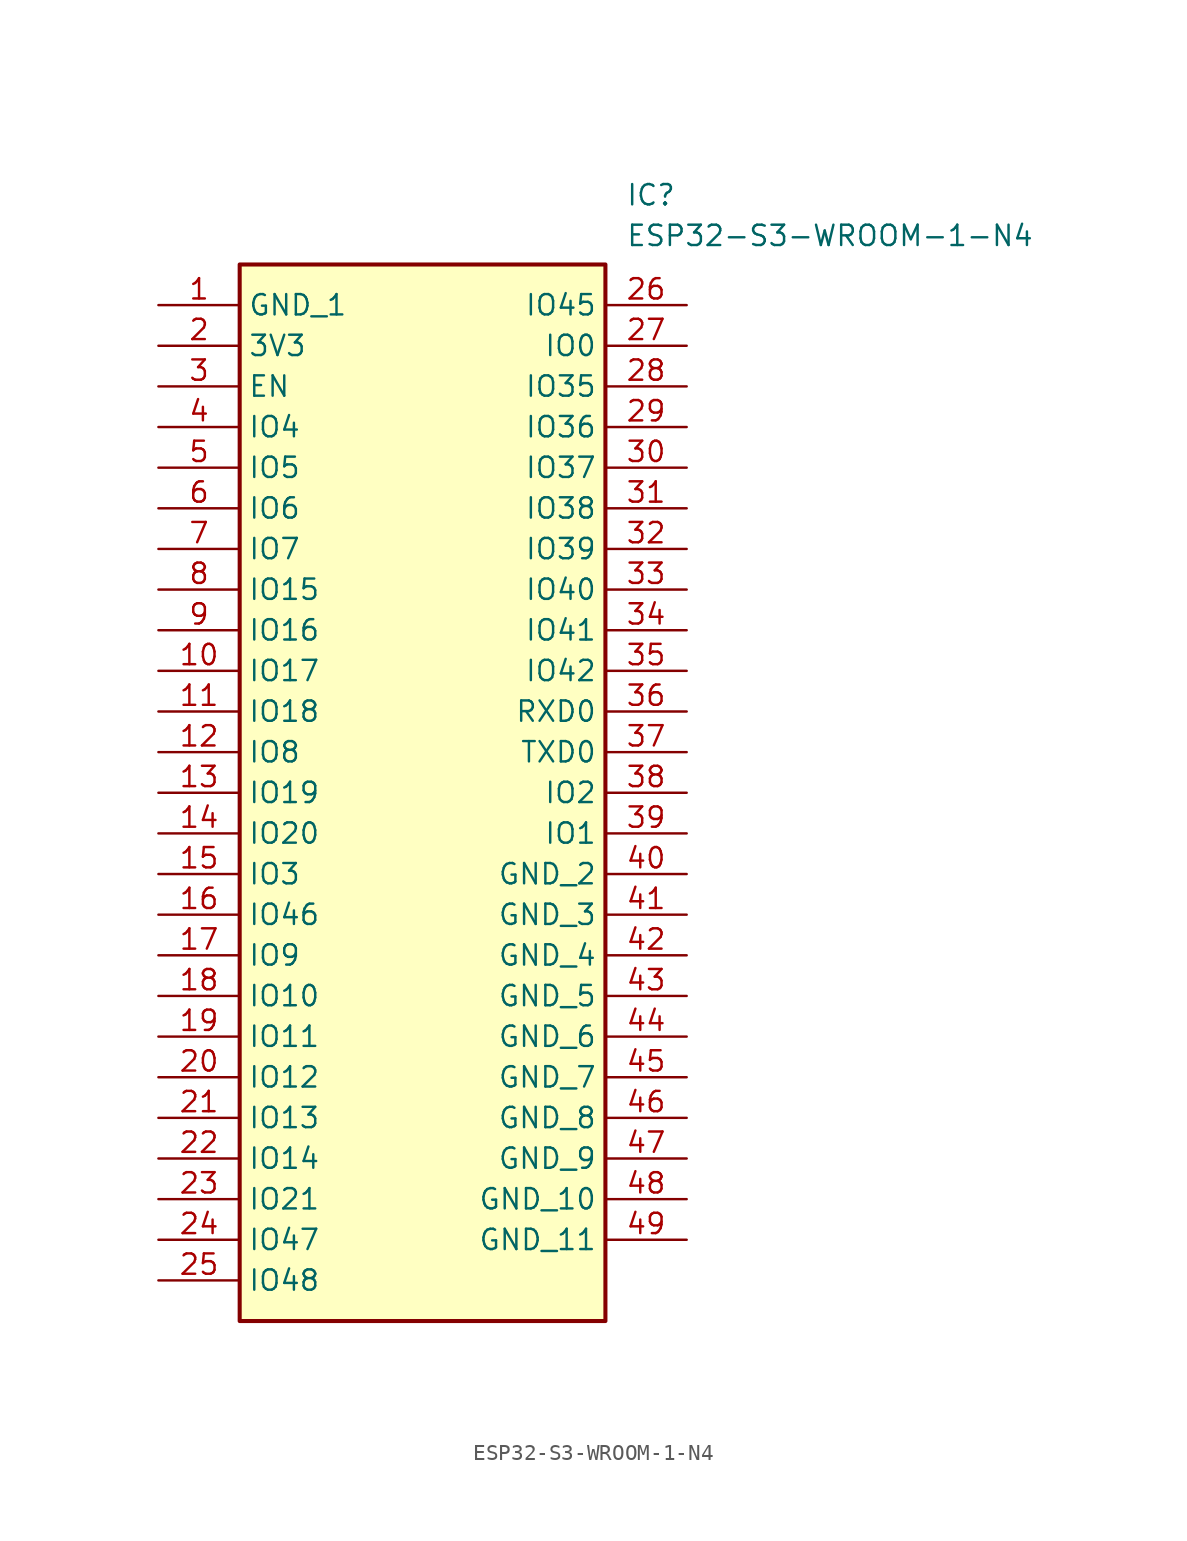
<source format=kicad_sym>
(kicad_symbol_lib
  (version 20220914)
  (generator SamacSys_ECAD_Model)
  (symbol "ESP32-S3-WROOM-1-N4"
    (property "Reference" "IC"
      (at 29.21 7.62 0)
      (effects (font (size 1.27 1.27)) (justify left top)))
    (property "Value" "ESP32-S3-WROOM-1-N4"
      (at 29.21 5.08 0)
      (effects (font (size 1.27 1.27)) (justify left top)))
    (rectangle
      (start 5.08 2.54)
      (end 27.94 -63.5)
      (stroke (width 0.254) (type default))
      (fill (type background)))
    (pin passive line
      (at 0 0 0)
      (length 5.08)
      (name "GND_1" (effects (font (size 1.27 1.27))))
      (number "1" (effects (font (size 1.27 1.27)))))
    (pin passive line
      (at 0 -2.54 0)
      (length 5.08)
      (name "3V3" (effects (font (size 1.27 1.27))))
      (number "2" (effects (font (size 1.27 1.27)))))
    (pin passive line
      (at 0 -5.08 0)
      (length 5.08)
      (name "EN" (effects (font (size 1.27 1.27))))
      (number "3" (effects (font (size 1.27 1.27)))))
    (pin passive line
      (at 0 -7.62 0)
      (length 5.08)
      (name "IO4" (effects (font (size 1.27 1.27))))
      (number "4" (effects (font (size 1.27 1.27)))))
    (pin passive line
      (at 0 -10.16 0)
      (length 5.08)
      (name "IO5" (effects (font (size 1.27 1.27))))
      (number "5" (effects (font (size 1.27 1.27)))))
    (pin passive line
      (at 0 -12.7 0)
      (length 5.08)
      (name "IO6" (effects (font (size 1.27 1.27))))
      (number "6" (effects (font (size 1.27 1.27)))))
    (pin passive line
      (at 0 -15.24 0)
      (length 5.08)
      (name "IO7" (effects (font (size 1.27 1.27))))
      (number "7" (effects (font (size 1.27 1.27)))))
    (pin passive line
      (at 0 -17.78 0)
      (length 5.08)
      (name "IO15" (effects (font (size 1.27 1.27))))
      (number "8" (effects (font (size 1.27 1.27)))))
    (pin passive line
      (at 0 -20.32 0)
      (length 5.08)
      (name "IO16" (effects (font (size 1.27 1.27))))
      (number "9" (effects (font (size 1.27 1.27)))))
    (pin passive line
      (at 0 -22.86 0)
      (length 5.08)
      (name "IO17" (effects (font (size 1.27 1.27))))
      (number "10" (effects (font (size 1.27 1.27)))))
    (pin passive line
      (at 0 -25.4 0)
      (length 5.08)
      (name "IO18" (effects (font (size 1.27 1.27))))
      (number "11" (effects (font (size 1.27 1.27)))))
    (pin passive line
      (at 0 -27.94 0)
      (length 5.08)
      (name "IO8" (effects (font (size 1.27 1.27))))
      (number "12" (effects (font (size 1.27 1.27)))))
    (pin passive line
      (at 0 -30.48 0)
      (length 5.08)
      (name "IO19" (effects (font (size 1.27 1.27))))
      (number "13" (effects (font (size 1.27 1.27)))))
    (pin passive line
      (at 0 -33.02 0)
      (length 5.08)
      (name "IO20" (effects (font (size 1.27 1.27))))
      (number "14" (effects (font (size 1.27 1.27)))))
    (pin passive line
      (at 0 -35.56 0)
      (length 5.08)
      (name "IO3" (effects (font (size 1.27 1.27))))
      (number "15" (effects (font (size 1.27 1.27)))))
    (pin passive line
      (at 0 -38.1 0)
      (length 5.08)
      (name "IO46" (effects (font (size 1.27 1.27))))
      (number "16" (effects (font (size 1.27 1.27)))))
    (pin passive line
      (at 0 -40.64 0)
      (length 5.08)
      (name "IO9" (effects (font (size 1.27 1.27))))
      (number "17" (effects (font (size 1.27 1.27)))))
    (pin passive line
      (at 0 -43.18 0)
      (length 5.08)
      (name "IO10" (effects (font (size 1.27 1.27))))
      (number "18" (effects (font (size 1.27 1.27)))))
    (pin passive line
      (at 0 -45.72 0)
      (length 5.08)
      (name "IO11" (effects (font (size 1.27 1.27))))
      (number "19" (effects (font (size 1.27 1.27)))))
    (pin passive line
      (at 0 -48.26 0)
      (length 5.08)
      (name "IO12" (effects (font (size 1.27 1.27))))
      (number "20" (effects (font (size 1.27 1.27)))))
    (pin passive line
      (at 0 -50.8 0)
      (length 5.08)
      (name "IO13" (effects (font (size 1.27 1.27))))
      (number "21" (effects (font (size 1.27 1.27)))))
    (pin passive line
      (at 0 -53.34 0)
      (length 5.08)
      (name "IO14" (effects (font (size 1.27 1.27))))
      (number "22" (effects (font (size 1.27 1.27)))))
    (pin passive line
      (at 0 -55.88 0)
      (length 5.08)
      (name "IO21" (effects (font (size 1.27 1.27))))
      (number "23" (effects (font (size 1.27 1.27)))))
    (pin passive line
      (at 0 -58.42 0)
      (length 5.08)
      (name "IO47" (effects (font (size 1.27 1.27))))
      (number "24" (effects (font (size 1.27 1.27)))))
    (pin passive line
      (at 0 -60.96 0)
      (length 5.08)
      (name "IO48" (effects (font (size 1.27 1.27))))
      (number "25" (effects (font (size 1.27 1.27)))))
    (pin passive line
      (at 33.02 0 180)
      (length 5.08)
      (name "IO45" (effects (font (size 1.27 1.27))))
      (number "26" (effects (font (size 1.27 1.27)))))
    (pin passive line
      (at 33.02 -2.54 180)
      (length 5.08)
      (name "IO0" (effects (font (size 1.27 1.27))))
      (number "27" (effects (font (size 1.27 1.27)))))
    (pin passive line
      (at 33.02 -5.08 180)
      (length 5.08)
      (name "IO35" (effects (font (size 1.27 1.27))))
      (number "28" (effects (font (size 1.27 1.27)))))
    (pin passive line
      (at 33.02 -7.62 180)
      (length 5.08)
      (name "IO36" (effects (font (size 1.27 1.27))))
      (number "29" (effects (font (size 1.27 1.27)))))
    (pin passive line
      (at 33.02 -10.16 180)
      (length 5.08)
      (name "IO37" (effects (font (size 1.27 1.27))))
      (number "30" (effects (font (size 1.27 1.27)))))
    (pin passive line
      (at 33.02 -12.7 180)
      (length 5.08)
      (name "IO38" (effects (font (size 1.27 1.27))))
      (number "31" (effects (font (size 1.27 1.27)))))
    (pin passive line
      (at 33.02 -15.24 180)
      (length 5.08)
      (name "IO39" (effects (font (size 1.27 1.27))))
      (number "32" (effects (font (size 1.27 1.27)))))
    (pin passive line
      (at 33.02 -17.78 180)
      (length 5.08)
      (name "IO40" (effects (font (size 1.27 1.27))))
      (number "33" (effects (font (size 1.27 1.27)))))
    (pin passive line
      (at 33.02 -20.32 180)
      (length 5.08)
      (name "IO41" (effects (font (size 1.27 1.27))))
      (number "34" (effects (font (size 1.27 1.27)))))
    (pin passive line
      (at 33.02 -22.86 180)
      (length 5.08)
      (name "IO42" (effects (font (size 1.27 1.27))))
      (number "35" (effects (font (size 1.27 1.27)))))
    (pin passive line
      (at 33.02 -25.4 180)
      (length 5.08)
      (name "RXD0" (effects (font (size 1.27 1.27))))
      (number "36" (effects (font (size 1.27 1.27)))))
    (pin passive line
      (at 33.02 -27.94 180)
      (length 5.08)
      (name "TXD0" (effects (font (size 1.27 1.27))))
      (number "37" (effects (font (size 1.27 1.27)))))
    (pin passive line
      (at 33.02 -30.48 180)
      (length 5.08)
      (name "IO2" (effects (font (size 1.27 1.27))))
      (number "38" (effects (font (size 1.27 1.27)))))
    (pin passive line
      (at 33.02 -33.02 180)
      (length 5.08)
      (name "IO1" (effects (font (size 1.27 1.27))))
      (number "39" (effects (font (size 1.27 1.27)))))
    (pin passive line
      (at 33.02 -35.56 180)
      (length 5.08)
      (name "GND_2" (effects (font (size 1.27 1.27))))
      (number "40" (effects (font (size 1.27 1.27)))))
    (pin passive line
      (at 33.02 -38.1 180)
      (length 5.08)
      (name "GND_3" (effects (font (size 1.27 1.27))))
      (number "41" (effects (font (size 1.27 1.27)))))
    (pin passive line
      (at 33.02 -40.64 180)
      (length 5.08)
      (name "GND_4" (effects (font (size 1.27 1.27))))
      (number "42" (effects (font (size 1.27 1.27)))))
    (pin passive line
      (at 33.02 -43.18 180)
      (length 5.08)
      (name "GND_5" (effects (font (size 1.27 1.27))))
      (number "43" (effects (font (size 1.27 1.27)))))
    (pin passive line
      (at 33.02 -45.72 180)
      (length 5.08)
      (name "GND_6" (effects (font (size 1.27 1.27))))
      (number "44" (effects (font (size 1.27 1.27)))))
    (pin passive line
      (at 33.02 -48.26 180)
      (length 5.08)
      (name "GND_7" (effects (font (size 1.27 1.27))))
      (number "45" (effects (font (size 1.27 1.27)))))
    (pin passive line
      (at 33.02 -50.8 180)
      (length 5.08)
      (name "GND_8" (effects (font (size 1.27 1.27))))
      (number "46" (effects (font (size 1.27 1.27)))))
    (pin passive line
      (at 33.02 -53.34 180)
      (length 5.08)
      (name "GND_9" (effects (font (size 1.27 1.27))))
      (number "47" (effects (font (size 1.27 1.27)))))
    (pin passive line
      (at 33.02 -55.88 180)
      (length 5.08)
      (name "GND_10" (effects (font (size 1.27 1.27))))
      (number "48" (effects (font (size 1.27 1.27)))))
    (pin passive line
      (at 33.02 -58.42 180)
      (length 5.08)
      (name "GND_11" (effects (font (size 1.27 1.27))))
      (number "49" (effects (font (size 1.27 1.27)))))))
</source>
